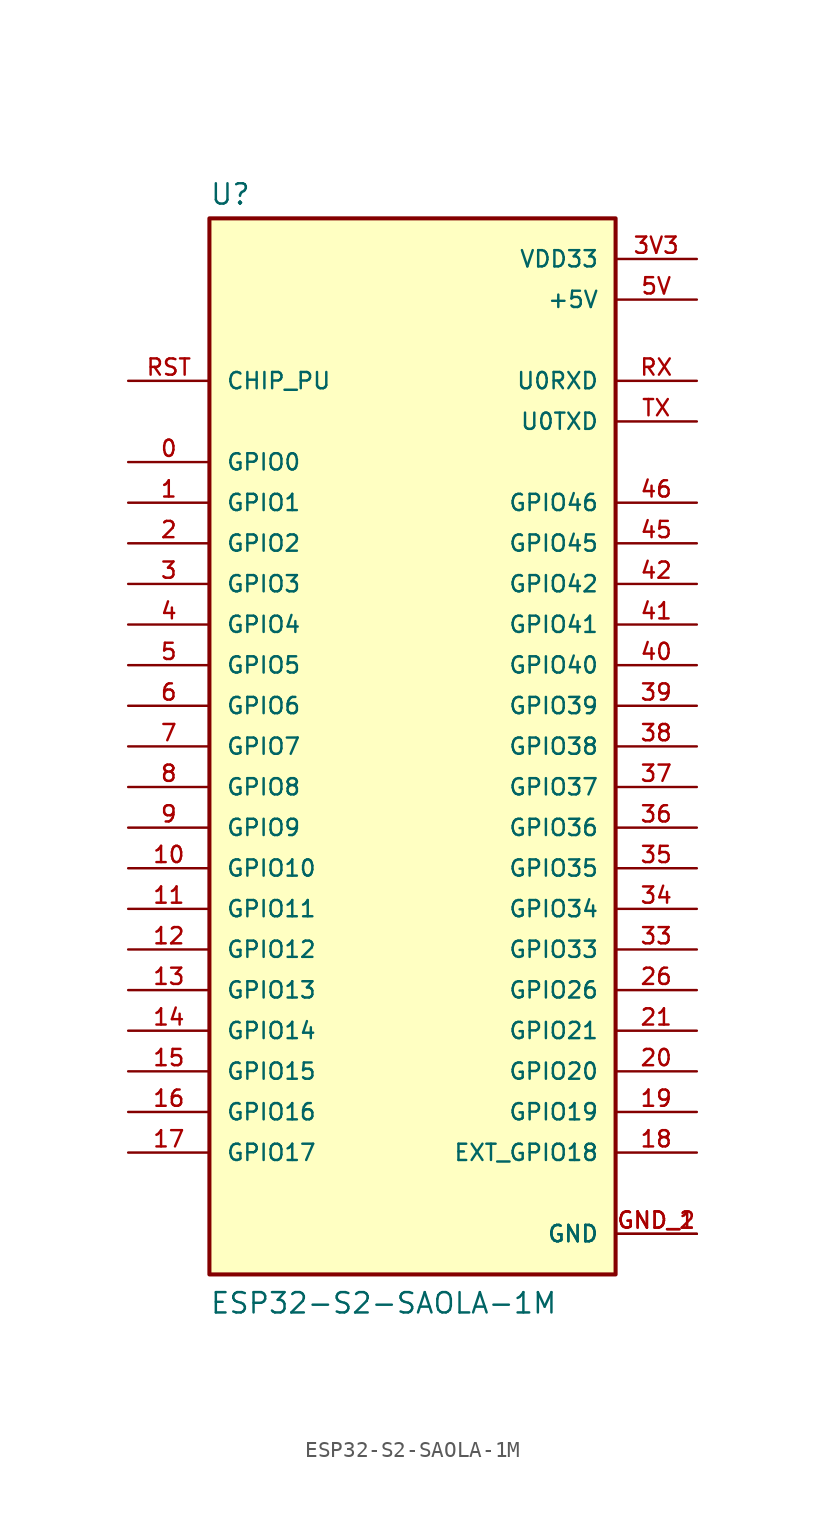
<source format=kicad_sym>
(kicad_symbol_lib
  (version 20211014)
  (generator kicad_symbol_editor)
  (symbol "ESP32-S2-SAOLA-1M"
    (pin_names
      (offset 1.016))
    (property "Reference" "U"
      (at -12.7 33.782 0)
      (effects (font (size 1.27 1.27)) (justify bottom left)))
    (property "Value" "ESP32-S2-SAOLA-1M"
      (at -12.7 -35.56 0)
      (effects (font (size 1.27 1.27)) (justify bottom left)))
    (symbol "ESP32-S2-SAOLA-1M_0_0"
      (rectangle (start -12.7 -33.02) (end 12.7 33.02) (stroke (width 0.254)) (fill (type background)))
      (pin power_in line (at 17.78 30.48 180.0) (length 5.08) (name "VDD33" (effects (font (size 1.016 1.016)))) (number "3V3" (effects (font (size 1.016 1.016)))))
      (pin power_in line (at 17.78 27.94 180.0) (length 5.08) (name "+5V" (effects (font (size 1.016 1.016)))) (number "5V" (effects (font (size 1.016 1.016)))))
      (pin power_in line (at 17.78 -30.48 180.0) (length 5.08) (name "GND" (effects (font (size 1.016 1.016)))) (number "GND_1" (effects (font (size 1.016 1.016)))))
      (pin power_in line (at 17.78 -30.48 180.0) (length 5.08) (name "GND" (effects (font (size 1.016 1.016)))) (number "GND_2" (effects (font (size 1.016 1.016)))))
      (pin bidirectional line (at -17.78 17.78 0) (length 5.08) (name "GPIO0" (effects (font (size 1.016 1.016)))) (number "0" (effects (font (size 1.016 1.016)))))
      (pin bidirectional line (at -17.78 15.24 0) (length 5.08) (name "GPIO1" (effects (font (size 1.016 1.016)))) (number "1" (effects (font (size 1.016 1.016)))))
      (pin bidirectional line (at -17.78 12.7 0) (length 5.08) (name "GPIO2" (effects (font (size 1.016 1.016)))) (number "2" (effects (font (size 1.016 1.016)))))
      (pin bidirectional line (at -17.78 10.16 0) (length 5.08) (name "GPIO3" (effects (font (size 1.016 1.016)))) (number "3" (effects (font (size 1.016 1.016)))))
      (pin bidirectional line (at -17.78 7.62 0) (length 5.08) (name "GPIO4" (effects (font (size 1.016 1.016)))) (number "4" (effects (font (size 1.016 1.016)))))
      (pin bidirectional line (at -17.78 5.08 0) (length 5.08) (name "GPIO5" (effects (font (size 1.016 1.016)))) (number "5" (effects (font (size 1.016 1.016)))))
      (pin bidirectional line (at -17.78 2.54 0) (length 5.08) (name "GPIO6" (effects (font (size 1.016 1.016)))) (number "6" (effects (font (size 1.016 1.016)))))
      (pin bidirectional line (at -17.78 0.0 0) (length 5.08) (name "GPIO7" (effects (font (size 1.016 1.016)))) (number "7" (effects (font (size 1.016 1.016)))))
      (pin bidirectional line (at -17.78 -2.54 0) (length 5.08) (name "GPIO8" (effects (font (size 1.016 1.016)))) (number "8" (effects (font (size 1.016 1.016)))))
      (pin bidirectional line (at -17.78 -5.08 0) (length 5.08) (name "GPIO9" (effects (font (size 1.016 1.016)))) (number "9" (effects (font (size 1.016 1.016)))))
      (pin bidirectional line (at -17.78 -7.62 0) (length 5.08) (name "GPIO10" (effects (font (size 1.016 1.016)))) (number "10" (effects (font (size 1.016 1.016)))))
      (pin bidirectional line (at -17.78 -10.16 0) (length 5.08) (name "GPIO11" (effects (font (size 1.016 1.016)))) (number "11" (effects (font (size 1.016 1.016)))))
      (pin bidirectional line (at -17.78 -12.7 0) (length 5.08) (name "GPIO12" (effects (font (size 1.016 1.016)))) (number "12" (effects (font (size 1.016 1.016)))))
      (pin bidirectional line (at -17.78 -15.24 0) (length 5.08) (name "GPIO13" (effects (font (size 1.016 1.016)))) (number "13" (effects (font (size 1.016 1.016)))))
      (pin bidirectional line (at -17.78 -17.78 0) (length 5.08) (name "GPIO14" (effects (font (size 1.016 1.016)))) (number "14" (effects (font (size 1.016 1.016)))))
      (pin bidirectional line (at -17.78 -20.32 0) (length 5.08) (name "GPIO15" (effects (font (size 1.016 1.016)))) (number "15" (effects (font (size 1.016 1.016)))))
      (pin bidirectional line (at -17.78 -22.86 0) (length 5.08) (name "GPIO16" (effects (font (size 1.016 1.016)))) (number "16" (effects (font (size 1.016 1.016)))))
      (pin bidirectional line (at -17.78 -25.4 0) (length 5.08) (name "GPIO17" (effects (font (size 1.016 1.016)))) (number "17" (effects (font (size 1.016 1.016)))))
      (pin bidirectional line (at 17.78 -25.4 180.0) (length 5.08) (name "EXT_GPIO18" (effects (font (size 1.016 1.016)))) (number "18" (effects (font (size 1.016 1.016)))))
      (pin bidirectional line (at 17.78 -22.86 180.0) (length 5.08) (name "GPIO19" (effects (font (size 1.016 1.016)))) (number "19" (effects (font (size 1.016 1.016)))))
      (pin bidirectional line (at 17.78 -20.32 180.0) (length 5.08) (name "GPIO20" (effects (font (size 1.016 1.016)))) (number "20" (effects (font (size 1.016 1.016)))))
      (pin bidirectional line (at 17.78 -17.78 180.0) (length 5.08) (name "GPIO21" (effects (font (size 1.016 1.016)))) (number "21" (effects (font (size 1.016 1.016)))))
      (pin bidirectional line (at 17.78 -15.24 180.0) (length 5.08) (name "GPIO26" (effects (font (size 1.016 1.016)))) (number "26" (effects (font (size 1.016 1.016)))))
      (pin bidirectional line (at 17.78 -12.7 180.0) (length 5.08) (name "GPIO33" (effects (font (size 1.016 1.016)))) (number "33" (effects (font (size 1.016 1.016)))))
      (pin bidirectional line (at 17.78 -10.16 180.0) (length 5.08) (name "GPIO34" (effects (font (size 1.016 1.016)))) (number "34" (effects (font (size 1.016 1.016)))))
      (pin bidirectional line (at 17.78 -7.62 180.0) (length 5.08) (name "GPIO35" (effects (font (size 1.016 1.016)))) (number "35" (effects (font (size 1.016 1.016)))))
      (pin bidirectional line (at 17.78 -5.08 180.0) (length 5.08) (name "GPIO36" (effects (font (size 1.016 1.016)))) (number "36" (effects (font (size 1.016 1.016)))))
      (pin bidirectional line (at 17.78 -2.54 180.0) (length 5.08) (name "GPIO37" (effects (font (size 1.016 1.016)))) (number "37" (effects (font (size 1.016 1.016)))))
      (pin bidirectional line (at 17.78 0.0 180.0) (length 5.08) (name "GPIO38" (effects (font (size 1.016 1.016)))) (number "38" (effects (font (size 1.016 1.016)))))
      (pin bidirectional line (at 17.78 2.54 180.0) (length 5.08) (name "GPIO39" (effects (font (size 1.016 1.016)))) (number "39" (effects (font (size 1.016 1.016)))))
      (pin bidirectional line (at 17.78 5.08 180.0) (length 5.08) (name "GPIO40" (effects (font (size 1.016 1.016)))) (number "40" (effects (font (size 1.016 1.016)))))
      (pin bidirectional line (at 17.78 7.62 180.0) (length 5.08) (name "GPIO41" (effects (font (size 1.016 1.016)))) (number "41" (effects (font (size 1.016 1.016)))))
      (pin bidirectional line (at 17.78 10.16 180.0) (length 5.08) (name "GPIO42" (effects (font (size 1.016 1.016)))) (number "42" (effects (font (size 1.016 1.016)))))
      (pin bidirectional line (at 17.78 12.7 180.0) (length 5.08) (name "GPIO45" (effects (font (size 1.016 1.016)))) (number "45" (effects (font (size 1.016 1.016)))))
      (pin bidirectional line (at 17.78 15.24 180.0) (length 5.08) (name "GPIO46" (effects (font (size 1.016 1.016)))) (number "46" (effects (font (size 1.016 1.016)))))
      (pin bidirectional line (at -17.78 22.86 0) (length 5.08) (name "CHIP_PU" (effects (font (size 1.016 1.016)))) (number "RST" (effects (font (size 1.016 1.016)))))
      (pin bidirectional line (at 17.78 22.86 180.0) (length 5.08) (name "U0RXD" (effects (font (size 1.016 1.016)))) (number "RX" (effects (font (size 1.016 1.016)))))
      (pin bidirectional line (at 17.78 20.32 180.0) (length 5.08) (name "U0TXD" (effects (font (size 1.016 1.016)))) (number "TX" (effects (font (size 1.016 1.016))))))))
</source>
